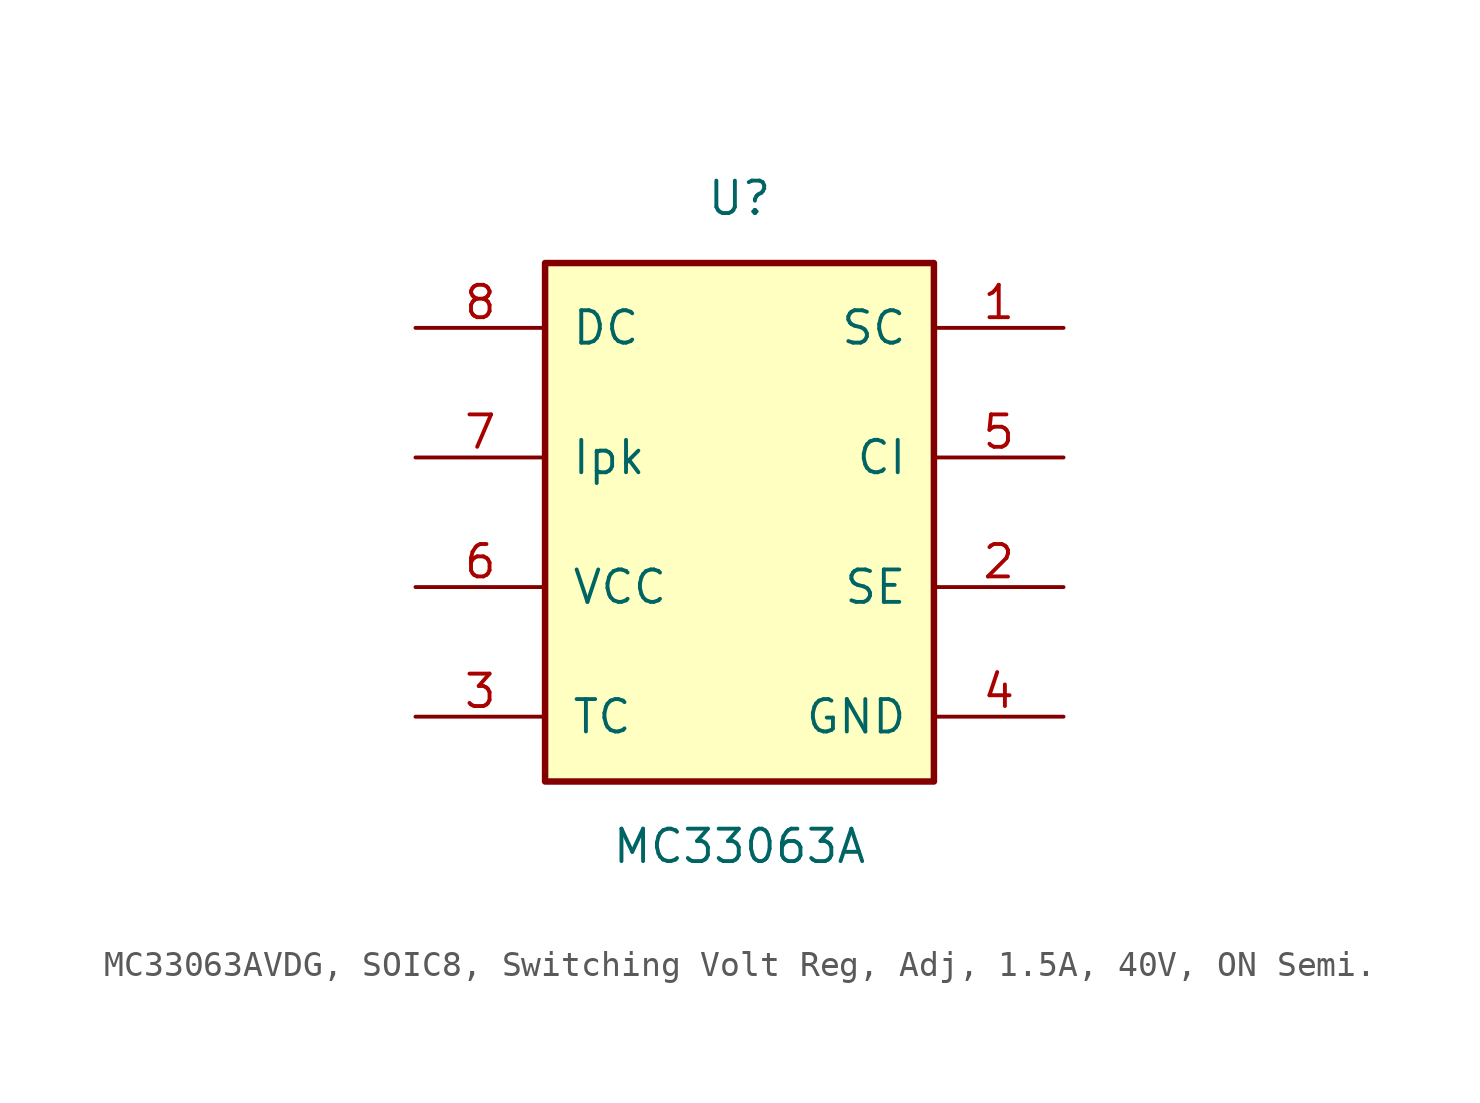
<source format=kicad_sym>
(kicad_symbol_lib
  (version 20241209)
  (generator "kicad_symbol_editor")
  (generator_version "9.0")
  (symbol "MC33063AVDG, SOIC8, Switching Volt Reg, Adj, 1.5A, 40V, ON Semi."
    (pin_names
      (offset 1.016))
    (property "Reference" "U"
      (at 0 12.7 0)
      (effects (font (size 1.27 1.27))))
    (property "Value" "MC33063A"
      (at 0 -12.7 0)
      (effects (font (size 1.27 1.27))))
    (symbol "MC33063AVDG, SOIC8, Switching Volt Reg, Adj, 1.5A, 40V, ON Semi._0_1"
      (rectangle (start -7.62 10.16) (end 7.62 -10.16) (stroke (width 0.254) (type default)) (fill (type background))))
    (symbol "MC33063AVDG, SOIC8, Switching Volt Reg, Adj, 1.5A, 40V, ON Semi._1_1"
      (pin passive line (at -12.7 7.62 0) (length 5.08) (name "DC" (effects (font (size 1.27 1.27)))) (number "8" (effects (font (size 1.27 1.27)))))
      (pin passive line (at -12.7 2.54 0) (length 5.08) (name "Ipk" (effects (font (size 1.27 1.27)))) (number "7" (effects (font (size 1.27 1.27)))))
      (pin power_in line (at -12.7 -2.54 0) (length 5.08) (name "VCC" (effects (font (size 1.27 1.27)))) (number "6" (effects (font (size 1.27 1.27)))))
      (pin passive line (at -12.7 -7.62 0) (length 5.08) (name "TC" (effects (font (size 1.27 1.27)))) (number "3" (effects (font (size 1.27 1.27)))))
      (pin passive line (at 12.7 7.62 180) (length 5.08) (name "SC" (effects (font (size 1.27 1.27)))) (number "1" (effects (font (size 1.27 1.27)))))
      (pin passive line (at 12.7 2.54 180) (length 5.08) (name "CI" (effects (font (size 1.27 1.27)))) (number "5" (effects (font (size 1.27 1.27)))))
      (pin passive line (at 12.7 -2.54 180) (length 5.08) (name "SE" (effects (font (size 1.27 1.27)))) (number "2" (effects (font (size 1.27 1.27)))))
      (pin power_in line (at 12.7 -7.62 180) (length 5.08) (name "GND" (effects (font (size 1.27 1.27)))) (number "4" (effects (font (size 1.27 1.27))))))))
</source>
